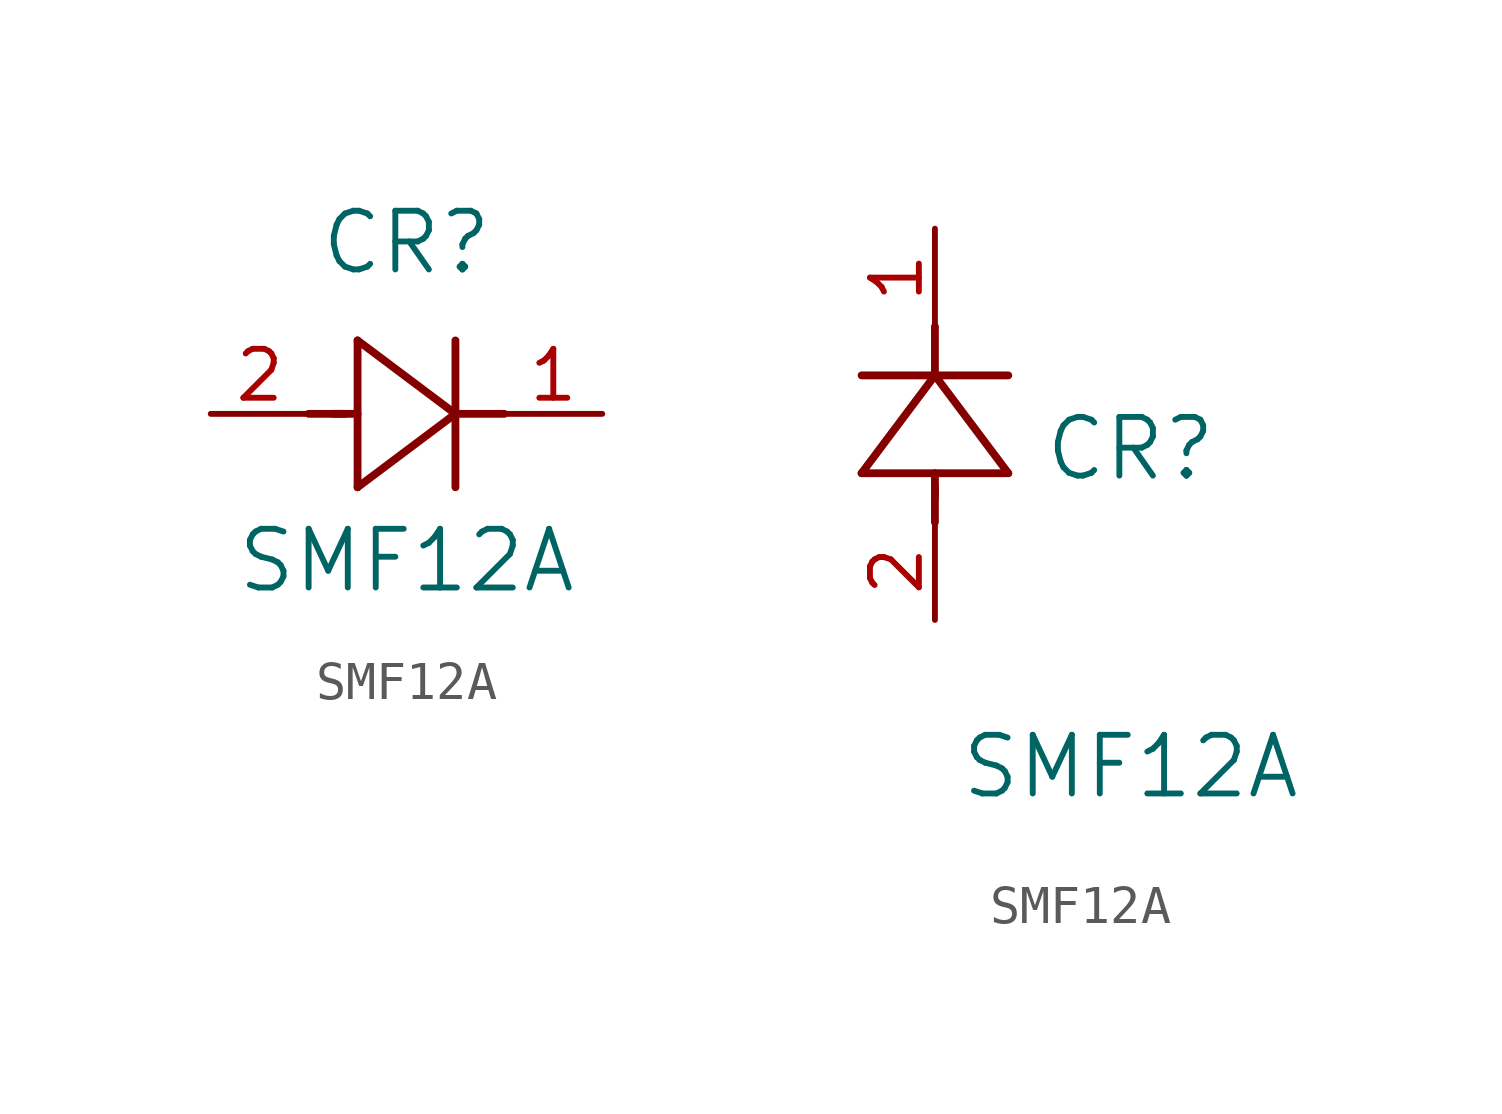
<source format=kicad_sym>
(kicad_symbol_lib
  (version 20211014)
  (generator kicad_symbol_editor)
  (symbol "SMF12A"
    (pin_names
      (offset 0.254))
    (property "Reference" "CR"
      (at 5.08 4.445 0)
      (effects (font (size 1.524 1.524))))
    (property "Value" "SMF12A"
      (at 5.08 -3.81 0)
      (effects (font (size 1.524 1.524))))
    (symbol "SMF12A_1_1"
      (polyline (pts (xy 2.54 0) (xy 3.48 0)) (stroke (width 0.203) (type default) (color 0 0 0 0)) (fill (type none)))
      (polyline (pts (xy 3.81 1.905) (xy 3.81 -1.905)) (stroke (width 0.203) (type default) (color 0 0 0 0)) (fill (type none)))
      (polyline (pts (xy 3.175 0) (xy 3.81 0)) (stroke (width 0.203) (type default) (color 0 0 0 0)) (fill (type none)))
      (polyline (pts (xy 6.35 -1.905) (xy 6.35 1.905)) (stroke (width 0.203) (type default) (color 0 0 0 0)) (fill (type none)))
      (polyline (pts (xy 6.35 0) (xy 7.62 0)) (stroke (width 0.203) (type default) (color 0 0 0 0)) (fill (type none)))
      (polyline (pts (xy 6.35 0) (xy 3.81 1.905)) (stroke (width 0.203) (type default) (color 0 0 0 0)) (fill (type none)))
      (polyline (pts (xy 3.81 -1.905) (xy 6.35 0)) (stroke (width 0.203) (type default) (color 0 0 0 0)) (fill (type none)))
      (pin unspecified line (at 0 0 0) (length 2.54) (name "" (effects (font (size 1.27 1.27)))) (number "2" (effects (font (size 1.27 1.27)))))
      (pin unspecified line (at 10.16 0 180) (length 2.54) (name "" (effects (font (size 1.27 1.27)))) (number "1" (effects (font (size 1.27 1.27))))))
    (symbol "SMF12A_1_2"
      (polyline (pts (xy 0 2.54) (xy 0 3.48)) (stroke (width 0.203) (type default) (color 0 0 0 0)) (fill (type none)))
      (polyline (pts (xy -1.905 3.81) (xy 1.905 3.81)) (stroke (width 0.203) (type default) (color 0 0 0 0)) (fill (type none)))
      (polyline (pts (xy 0 3.175) (xy 0 3.81)) (stroke (width 0.203) (type default) (color 0 0 0 0)) (fill (type none)))
      (polyline (pts (xy 1.905 6.35) (xy -1.905 6.35)) (stroke (width 0.203) (type default) (color 0 0 0 0)) (fill (type none)))
      (polyline (pts (xy 0 6.35) (xy 0 7.62)) (stroke (width 0.203) (type default) (color 0 0 0 0)) (fill (type none)))
      (polyline (pts (xy 0 6.35) (xy -1.905 3.81)) (stroke (width 0.203) (type default) (color 0 0 0 0)) (fill (type none)))
      (polyline (pts (xy 1.905 3.81) (xy 0 6.35)) (stroke (width 0.203) (type default) (color 0 0 0 0)) (fill (type none)))
      (pin unspecified line (at 0 0 90) (length 2.54) (name "" (effects (font (size 1.27 1.27)))) (number "2" (effects (font (size 1.27 1.27)))))
      (pin unspecified line (at 0 10.16 270) (length 2.54) (name "" (effects (font (size 1.27 1.27)))) (number "1" (effects (font (size 1.27 1.27))))))))
</source>
